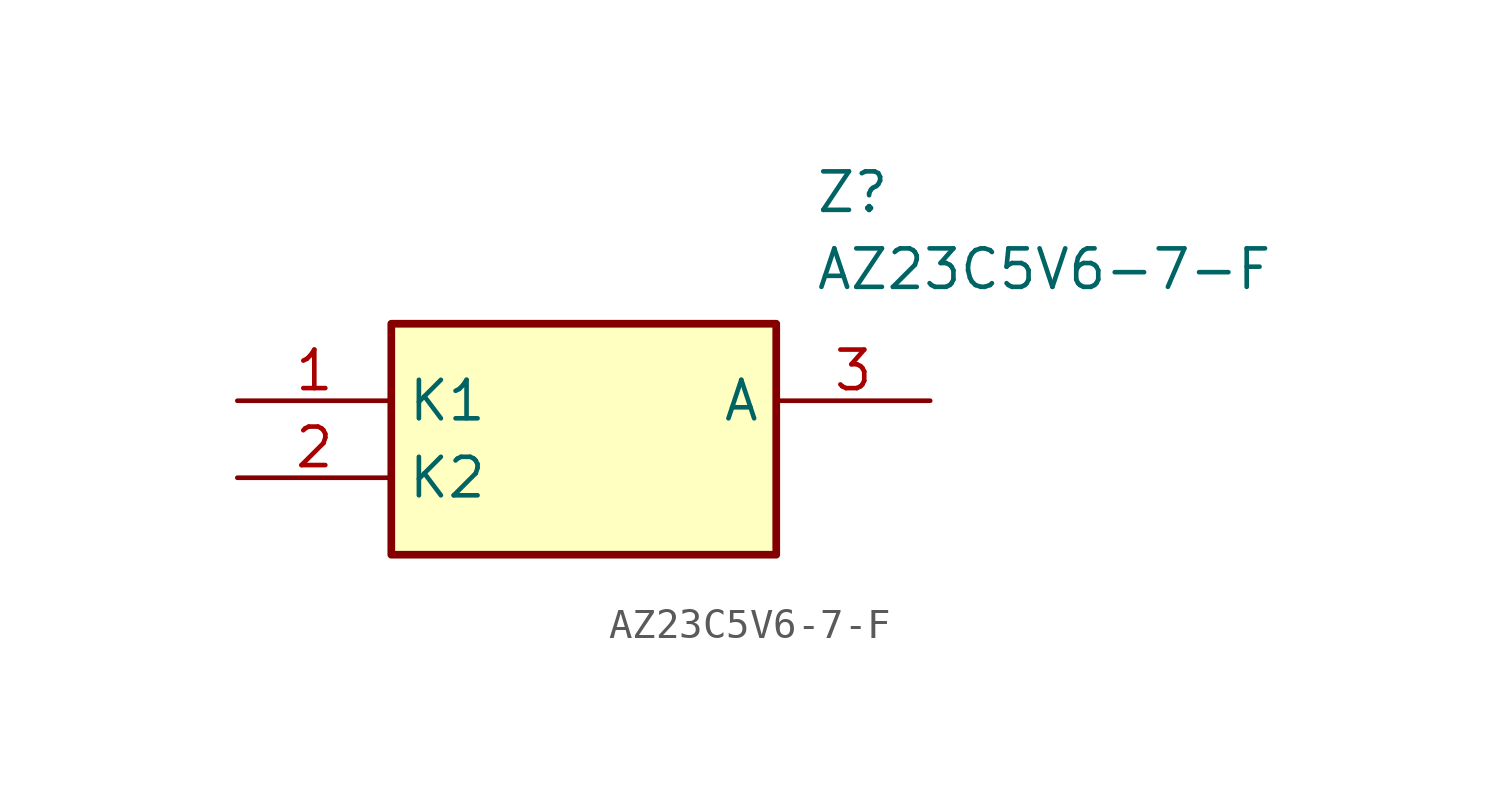
<source format=kicad_sym>
(kicad_symbol_lib
  (version 20241209)
  (generator "kicad_symbol_editor")
  (generator_version "9.0")
  (symbol "AZ23C5V6-7-F"
    (property "Reference" "Z"
      (at 19.05 7.62 0)
      (effects (font (size 1.27 1.27)) (justify left top)))
    (property "Value" "AZ23C5V6-7-F"
      (at 19.05 5.08 0)
      (effects (font (size 1.27 1.27)) (justify left top)))
    (symbol "AZ23C5V6-7-F_1_1"
      (rectangle (start 5.08 2.54) (end 17.78 -5.08) (stroke (width 0.254) (type default)) (fill (type background)))
      (pin passive line (at 0 0 0) (length 5.08) (name "K1" (effects (font (size 1.27 1.27)))) (number "1" (effects (font (size 1.27 1.27)))))
      (pin passive line (at 0 -2.54 0) (length 5.08) (name "K2" (effects (font (size 1.27 1.27)))) (number "2" (effects (font (size 1.27 1.27)))))
      (pin passive line (at 22.86 0 180) (length 5.08) (name "A" (effects (font (size 1.27 1.27)))) (number "3" (effects (font (size 1.27 1.27))))))))
</source>
